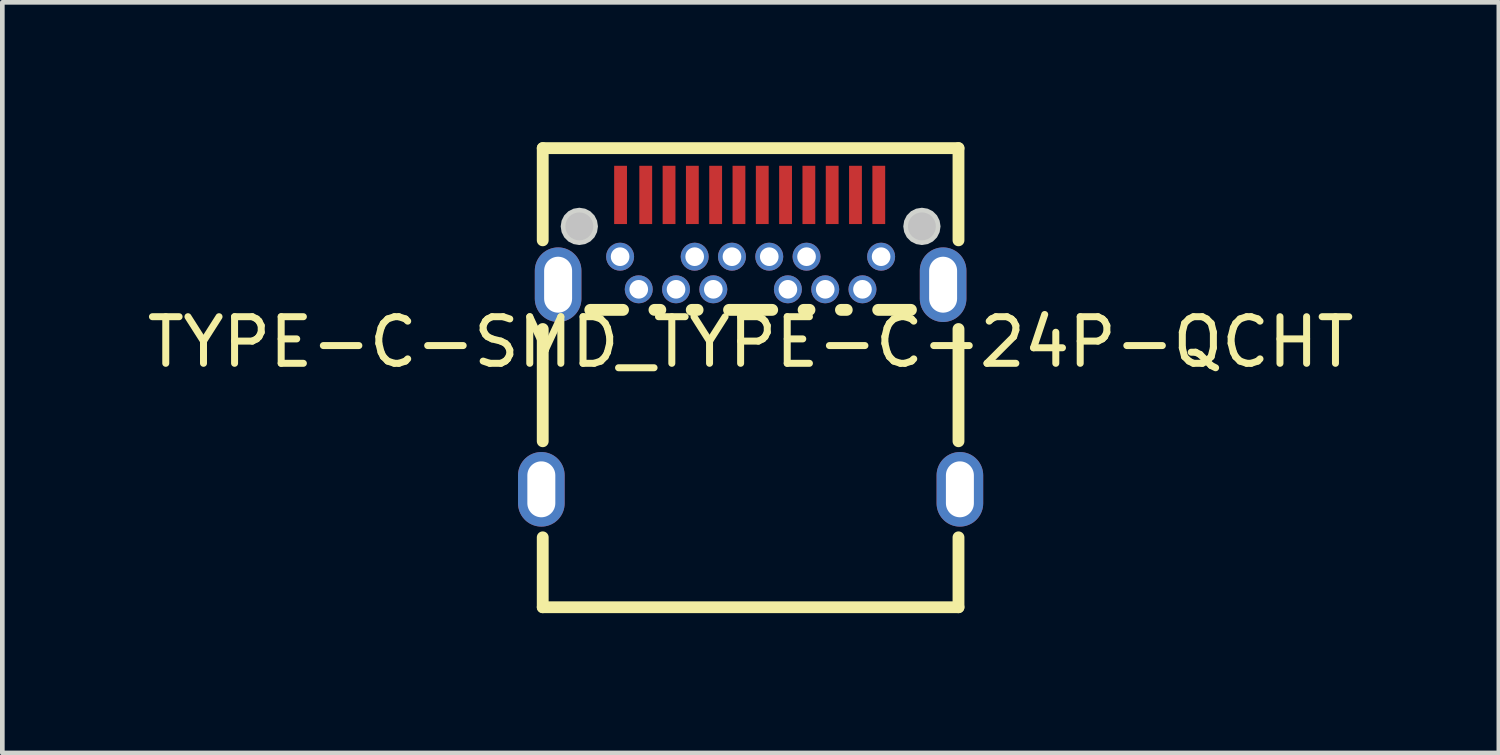
<source format=kicad_pcb>
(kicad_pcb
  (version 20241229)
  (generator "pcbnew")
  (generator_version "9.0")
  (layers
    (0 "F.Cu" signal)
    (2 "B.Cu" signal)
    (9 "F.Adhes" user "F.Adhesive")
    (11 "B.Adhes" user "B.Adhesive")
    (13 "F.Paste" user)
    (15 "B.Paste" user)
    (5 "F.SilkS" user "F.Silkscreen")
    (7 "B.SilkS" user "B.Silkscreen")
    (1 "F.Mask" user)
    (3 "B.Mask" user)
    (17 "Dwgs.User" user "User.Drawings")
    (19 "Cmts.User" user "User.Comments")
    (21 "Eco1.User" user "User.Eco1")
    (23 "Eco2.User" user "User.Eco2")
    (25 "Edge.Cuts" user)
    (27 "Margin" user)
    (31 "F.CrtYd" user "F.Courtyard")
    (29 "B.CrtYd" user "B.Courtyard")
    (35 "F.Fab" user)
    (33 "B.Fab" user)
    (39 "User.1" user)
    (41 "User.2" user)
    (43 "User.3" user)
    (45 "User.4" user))
  (footprint "TYPE-C-SMD_TYPE-C-24P-QCHT"
    (layer "F.Cu")
    (at 13.054 4.29)
    (property "Reference" "TYPE-C-SMD_TYPE-C-24P-QCHT" (at 0 0 0) (layer "F.SilkS") (effects (font (size 1 1) (thickness 0.15))))
    (fp_line (start -4.46 -4.162) (end -4.46 -2.184) (stroke (width 0.254) (type default)) (layer "F.SilkS"))
    (fp_line (start -4.46 -4.162) (end 4.46 -4.162) (stroke (width 0.254) (type default)) (layer "F.SilkS"))
    (fp_line (start -4.46 -0.281) (end -4.46 2.127) (stroke (width 0.254) (type default)) (layer "F.SilkS"))
    (fp_line (start -4.46 4.188) (end -4.46 5.688) (stroke (width 0.254) (type default)) (layer "F.SilkS"))
    (fp_line (start -4.46 5.688) (end 4.46 5.688) (stroke (width 0.254) (type default)) (layer "F.SilkS"))
    (fp_line (start -3.44 -0.692) (end -2.737 -0.692) (stroke (width 0.254) (type default)) (layer "F.SilkS"))
    (fp_line (start -2.063 -0.692) (end -1.937 -0.692) (stroke (width 0.254) (type default)) (layer "F.SilkS"))
    (fp_line (start -1.263 -0.692) (end -1.137 -0.692) (stroke (width 0.254) (type default)) (layer "F.SilkS"))
    (fp_line (start -0.463 -0.692) (end 0.463 -0.692) (stroke (width 0.254) (type default)) (layer "F.SilkS"))
    (fp_line (start 1.137 -0.692) (end 1.263 -0.692) (stroke (width 0.254) (type default)) (layer "F.SilkS"))
    (fp_line (start 1.938 -0.692) (end 2.063 -0.692) (stroke (width 0.254) (type default)) (layer "F.SilkS"))
    (fp_line (start 2.737 -0.692) (end 3.44 -0.692) (stroke (width 0.254) (type default)) (layer "F.SilkS"))
    (fp_line (start 4.46 -4.162) (end 4.46 -2.184) (stroke (width 0.254) (type default)) (layer "F.SilkS"))
    (fp_line (start 4.46 -0.281) (end 4.46 2.127) (stroke (width 0.254) (type default)) (layer "F.SilkS"))
    (fp_line (start 4.46 4.188) (end 4.46 5.688) (stroke (width 0.254) (type default)) (layer "F.SilkS"))
    (fp_poly (pts (xy -2.927 -3.783) (xy -2.652 -3.783) (xy -2.652 -2.533) (xy -2.927 -2.533)) (stroke (width 0) (type default)) (fill yes) (layer "F.Paste"))
    (fp_poly (pts (xy -2.387 -3.783) (xy -2.112 -3.783) (xy -2.112 -2.533) (xy -2.387 -2.533)) (stroke (width 0) (type default)) (fill yes) (layer "F.Paste"))
    (fp_poly (pts (xy -1.887 -3.783) (xy -1.612 -3.783) (xy -1.612 -2.533) (xy -1.887 -2.533)) (stroke (width 0) (type default)) (fill yes) (layer "F.Paste"))
    (fp_poly (pts (xy -1.387 -3.783) (xy -1.112 -3.783) (xy -1.112 -2.533) (xy -1.387 -2.533)) (stroke (width 0) (type default)) (fill yes) (layer "F.Paste"))
    (fp_poly (pts (xy -0.887 -3.783) (xy -0.612 -3.783) (xy -0.612 -2.533) (xy -0.887 -2.533)) (stroke (width 0) (type default)) (fill yes) (layer "F.Paste"))
    (fp_poly (pts (xy -0.387 -3.783) (xy -0.112 -3.783) (xy -0.112 -2.533) (xy -0.387 -2.533)) (stroke (width 0) (type default)) (fill yes) (layer "F.Paste"))
    (fp_poly (pts (xy 0.113 -3.783) (xy 0.388 -3.783) (xy 0.388 -2.533) (xy 0.113 -2.533)) (stroke (width 0) (type default)) (fill yes) (layer "F.Paste"))
    (fp_poly (pts (xy 0.613 -3.783) (xy 0.888 -3.783) (xy 0.888 -2.533) (xy 0.613 -2.533)) (stroke (width 0) (type default)) (fill yes) (layer "F.Paste"))
    (fp_poly (pts (xy 1.113 -3.783) (xy 1.388 -3.783) (xy 1.388 -2.533) (xy 1.113 -2.533)) (stroke (width 0) (type default)) (fill yes) (layer "F.Paste"))
    (fp_poly (pts (xy 1.613 -3.783) (xy 1.888 -3.783) (xy 1.888 -2.533) (xy 1.613 -2.533)) (stroke (width 0) (type default)) (fill yes) (layer "F.Paste"))
    (fp_poly (pts (xy 2.113 -3.783) (xy 2.388 -3.783) (xy 2.388 -2.533) (xy 2.113 -2.533)) (stroke (width 0) (type default)) (fill yes) (layer "F.Paste"))
    (fp_poly (pts (xy 2.613 -3.783) (xy 2.888 -3.783) (xy 2.888 -2.533) (xy 2.613 -2.533)) (stroke (width 0) (type default)) (fill yes) (layer "F.Paste"))
    (fp_poly (pts (xy -2.57 -2.026) (xy -2.748 -2.128) (xy -2.95 -2.092) (xy -3.082 -1.935) (xy -3.082 -1.73) (xy -2.95 -1.573) (xy -2.748 -1.537) (xy -2.57 -1.639) (xy -2.5 -1.833)) (stroke (width 0) (type default)) (fill yes) (layer "F.Paste"))
    (fp_poly (pts (xy -2.17 -1.325) (xy -2.348 -1.428) (xy -2.55 -1.393) (xy -2.682 -1.235) (xy -2.682 -1.03) (xy -2.55 -0.873) (xy -2.348 -0.837) (xy -2.17 -0.94) (xy -2.1 -1.133)) (stroke (width 0) (type default)) (fill yes) (layer "F.Paste"))
    (fp_poly (pts (xy -1.548 -1.428) (xy -1.75 -1.393) (xy -1.881 -1.235) (xy -1.881 -1.03) (xy -1.75 -0.873) (xy -1.548 -0.837) (xy -1.37 -0.94) (xy -1.3 -1.133) (xy -1.37 -1.325)) (stroke (width 0) (type default)) (fill yes) (layer "F.Paste"))
    (fp_poly (pts (xy -0.97 -2.026) (xy -1.147 -2.128) (xy -1.35 -2.092) (xy -1.482 -1.935) (xy -1.482 -1.73) (xy -1.35 -1.573) (xy -1.147 -1.537) (xy -0.97 -1.639) (xy -0.9 -1.833)) (stroke (width 0) (type default)) (fill yes) (layer "F.Paste"))
    (fp_poly (pts (xy -0.57 -1.325) (xy -0.748 -1.428) (xy -0.95 -1.393) (xy -1.082 -1.235) (xy -1.082 -1.03) (xy -0.95 -0.873) (xy -0.748 -0.837) (xy -0.57 -0.94) (xy -0.5 -1.133)) (stroke (width 0) (type default)) (fill yes) (layer "F.Paste"))
    (fp_poly (pts (xy -0.17 -2.026) (xy -0.348 -2.128) (xy -0.55 -2.092) (xy -0.682 -1.935) (xy -0.682 -1.73) (xy -0.55 -1.573) (xy -0.348 -1.537) (xy -0.17 -1.639) (xy -0.1 -1.833)) (stroke (width 0) (type default)) (fill yes) (layer "F.Paste"))
    (fp_poly (pts (xy 0.453 -2.128) (xy 0.25 -2.092) (xy 0.118 -1.935) (xy 0.118 -1.73) (xy 0.25 -1.573) (xy 0.453 -1.537) (xy 0.63 -1.639) (xy 0.7 -1.833) (xy 0.63 -2.026)) (stroke (width 0) (type default)) (fill yes) (layer "F.Paste"))
    (fp_poly (pts (xy 1.03 -1.325) (xy 0.853 -1.428) (xy 0.65 -1.393) (xy 0.518 -1.235) (xy 0.518 -1.03) (xy 0.65 -0.873) (xy 0.853 -0.837) (xy 1.03 -0.94) (xy 1.1 -1.133)) (stroke (width 0) (type default)) (fill yes) (layer "F.Paste"))
    (fp_poly (pts (xy 1.43 -2.026) (xy 1.252 -2.128) (xy 1.05 -2.092) (xy 0.918 -1.935) (xy 0.918 -1.73) (xy 1.05 -1.573) (xy 1.252 -1.537) (xy 1.43 -1.639) (xy 1.5 -1.833)) (stroke (width 0) (type default)) (fill yes) (layer "F.Paste"))
    (fp_poly (pts (xy 1.83 -1.325) (xy 1.653 -1.428) (xy 1.45 -1.393) (xy 1.319 -1.235) (xy 1.319 -1.03) (xy 1.45 -0.873) (xy 1.653 -0.837) (xy 1.83 -0.94) (xy 1.901 -1.133)) (stroke (width 0) (type default)) (fill yes) (layer "F.Paste"))
    (fp_poly (pts (xy 2.453 -1.428) (xy 2.25 -1.393) (xy 2.119 -1.235) (xy 2.119 -1.03) (xy 2.25 -0.873) (xy 2.453 -0.837) (xy 2.63 -0.94) (xy 2.7 -1.133) (xy 2.63 -1.325)) (stroke (width 0) (type default)) (fill yes) (layer "F.Paste"))
    (fp_poly (pts (xy 3.03 -2.026) (xy 2.852 -2.128) (xy 2.65 -2.092) (xy 2.518 -1.935) (xy 2.518 -1.73) (xy 2.65 -1.573) (xy 2.852 -1.537) (xy 3.03 -1.639) (xy 3.1 -1.833)) (stroke (width 0) (type default)) (fill yes) (layer "F.Paste"))
    (fp_poly (pts (xy -4.503 2.358) (xy -4.527 2.359) (xy -4.553 2.361) (xy -4.577 2.365) (xy -4.601 2.37) (xy -4.625 2.377) (xy -4.649 2.384) (xy -4.673 2.392) (xy -4.696 2.402) (xy -4.718 2.413) (xy -4.74 2.425) (xy -4.761 2.438) (xy -4.782 2.451) (xy -4.802 2.466) (xy -4.821 2.482) (xy -4.839 2.499) (xy -4.856 2.518) (xy -4.873 2.536) (xy -4.888 2.555) (xy -4.903 2.576) (xy -4.917 2.597) (xy -4.929 2.619) (xy -4.941 2.64) (xy -4.951 2.663) (xy -4.96 2.687) (xy -4.968 2.71) (xy -4.974 2.734) (xy -4.98 2.759) (xy -4.984 2.783) (xy -4.987 2.808) (xy -4.989 2.833) (xy -4.99 2.857) (xy -4.99 3.458) (xy -4.989 3.482) (xy -4.987 3.507) (xy -4.984 3.532) (xy -4.98 3.557) (xy -4.974 3.581) (xy -4.968 3.605) (xy -4.96 3.628) (xy -4.951 3.652) (xy -4.941 3.675) (xy -4.929 3.696) (xy -4.917 3.719) (xy -4.903 3.74) (xy -4.888 3.76) (xy -4.873 3.779) (xy -4.856 3.797) (xy -4.839 3.816) (xy -4.821 3.833) (xy -4.802 3.849) (xy -4.782 3.864) (xy -4.761 3.877) (xy -4.74 3.89) (xy -4.718 3.902) (xy -4.696 3.913) (xy -4.673 3.923) (xy -4.649 3.932) (xy -4.625 3.939) (xy -4.601 3.945) (xy -4.577 3.95) (xy -4.553 3.954) (xy -4.527 3.956) (xy -4.503 3.958) (xy -4.478 3.958) (xy -4.452 3.956) (xy -4.428 3.954) (xy -4.404 3.95) (xy -4.379 3.945) (xy -4.354 3.939) (xy -4.331 3.932) (xy -4.308 3.923) (xy -4.285 3.913) (xy -4.262 3.902) (xy -4.24 3.89) (xy -4.219 3.877) (xy -4.198 3.864) (xy -4.178 3.849) (xy -4.16 3.833) (xy -4.141 3.816) (xy -4.123 3.797) (xy -4.107 3.779) (xy -4.091 3.76) (xy -4.077 3.74) (xy -4.064 3.719) (xy -4.051 3.696) (xy -4.04 3.675) (xy -4.029 3.652) (xy -4.02 3.628) (xy -4.013 3.605) (xy -4.005 3.581) (xy -4 3.557) (xy -3.995 3.532) (xy -3.993 3.507) (xy -3.99 3.482) (xy -3.99 3.458) (xy -3.99 2.857) (xy -3.99 2.833) (xy -3.993 2.808) (xy -3.995 2.783) (xy -4 2.759) (xy -4.005 2.734) (xy -4.013 2.71) (xy -4.02 2.687) (xy -4.029 2.663) (xy -4.04 2.64) (xy -4.051 2.619) (xy -4.064 2.597) (xy -4.077 2.576) (xy -4.091 2.555) (xy -4.107 2.536) (xy -4.123 2.518) (xy -4.141 2.499) (xy -4.16 2.482) (xy -4.178 2.466) (xy -4.198 2.451) (xy -4.219 2.438) (xy -4.24 2.425) (xy -4.262 2.413) (xy -4.285 2.402) (xy -4.308 2.392) (xy -4.331 2.384) (xy -4.354 2.377) (xy -4.379 2.37) (xy -4.404 2.365) (xy -4.428 2.361) (xy -4.452 2.359) (xy -4.478 2.358)) (stroke (width 0) (type default)) (fill yes) (layer "F.Paste"))
    (fp_poly (pts (xy -4.143 -2.033) (xy -4.168 -2.031) (xy -4.192 -2.029) (xy -4.216 -2.025) (xy -4.241 -2.02) (xy -4.266 -2.014) (xy -4.289 -2.006) (xy -4.312 -1.998) (xy -4.335 -1.988) (xy -4.358 -1.978) (xy -4.38 -1.966) (xy -4.401 -1.952) (xy -4.422 -1.938) (xy -4.441 -1.923) (xy -4.46 -1.907) (xy -4.479 -1.891) (xy -4.497 -1.873) (xy -4.513 -1.854) (xy -4.529 -1.835) (xy -4.543 -1.814) (xy -4.556 -1.793) (xy -4.569 -1.772) (xy -4.58 -1.75) (xy -4.59 -1.726) (xy -4.6 -1.704) (xy -4.607 -1.68) (xy -4.614 -1.656) (xy -4.62 -1.631) (xy -4.625 -1.607) (xy -4.628 -1.583) (xy -4.63 -1.558) (xy -4.63 -1.532) (xy -4.63 -0.932) (xy -4.63 -0.907) (xy -4.628 -0.883) (xy -4.625 -0.858) (xy -4.62 -0.834) (xy -4.614 -0.809) (xy -4.607 -0.785) (xy -4.6 -0.761) (xy -4.59 -0.739) (xy -4.58 -0.716) (xy -4.569 -0.694) (xy -4.556 -0.672) (xy -4.543 -0.651) (xy -4.529 -0.63) (xy -4.513 -0.611) (xy -4.497 -0.593) (xy -4.479 -0.575) (xy -4.46 -0.557) (xy -4.441 -0.541) (xy -4.422 -0.526) (xy -4.401 -0.512) (xy -4.38 -0.499) (xy -4.358 -0.487) (xy -4.335 -0.477) (xy -4.312 -0.467) (xy -4.289 -0.459) (xy -4.266 -0.451) (xy -4.241 -0.445) (xy -4.216 -0.44) (xy -4.192 -0.436) (xy -4.168 -0.434) (xy -4.143 -0.432) (xy -4.117 -0.432) (xy -4.093 -0.434) (xy -4.067 -0.436) (xy -4.043 -0.44) (xy -4.019 -0.445) (xy -3.994 -0.451) (xy -3.97 -0.459) (xy -3.947 -0.467) (xy -3.925 -0.477) (xy -3.902 -0.487) (xy -3.88 -0.499) (xy -3.858 -0.512) (xy -3.838 -0.526) (xy -3.818 -0.541) (xy -3.799 -0.557) (xy -3.781 -0.575) (xy -3.764 -0.593) (xy -3.747 -0.611) (xy -3.732 -0.63) (xy -3.717 -0.651) (xy -3.704 -0.672) (xy -3.691 -0.694) (xy -3.679 -0.716) (xy -3.669 -0.739) (xy -3.66 -0.761) (xy -3.652 -0.785) (xy -3.646 -0.809) (xy -3.64 -0.834) (xy -3.635 -0.858) (xy -3.632 -0.883) (xy -3.631 -0.907) (xy -3.63 -0.932) (xy -3.63 -1.532) (xy -3.631 -1.558) (xy -3.632 -1.583) (xy -3.635 -1.607) (xy -3.64 -1.631) (xy -3.646 -1.656) (xy -3.652 -1.68) (xy -3.66 -1.704) (xy -3.669 -1.726) (xy -3.679 -1.75) (xy -3.691 -1.772) (xy -3.704 -1.793) (xy -3.717 -1.814) (xy -3.732 -1.835) (xy -3.747 -1.854) (xy -3.764 -1.873) (xy -3.781 -1.891) (xy -3.799 -1.907) (xy -3.818 -1.923) (xy -3.838 -1.938) (xy -3.858 -1.952) (xy -3.88 -1.966) (xy -3.902 -1.978) (xy -3.925 -1.988) (xy -3.947 -1.998) (xy -3.97 -2.006) (xy -3.994 -2.014) (xy -4.019 -2.02) (xy -4.043 -2.025) (xy -4.067 -2.029) (xy -4.093 -2.031) (xy -4.117 -2.033)) (stroke (width 0) (type default)) (fill yes) (layer "F.Paste"))
    (fp_poly (pts (xy 4.117 -2.033) (xy 4.093 -2.031) (xy 4.067 -2.029) (xy 4.043 -2.025) (xy 4.019 -2.02) (xy 3.994 -2.014) (xy 3.97 -2.006) (xy 3.947 -1.998) (xy 3.925 -1.988) (xy 3.902 -1.978) (xy 3.88 -1.966) (xy 3.858 -1.952) (xy 3.838 -1.938) (xy 3.818 -1.923) (xy 3.799 -1.907) (xy 3.781 -1.891) (xy 3.764 -1.873) (xy 3.747 -1.854) (xy 3.732 -1.835) (xy 3.717 -1.814) (xy 3.704 -1.793) (xy 3.691 -1.772) (xy 3.679 -1.75) (xy 3.669 -1.726) (xy 3.66 -1.704) (xy 3.652 -1.68) (xy 3.646 -1.656) (xy 3.64 -1.631) (xy 3.635 -1.607) (xy 3.632 -1.583) (xy 3.631 -1.558) (xy 3.63 -1.532) (xy 3.63 -0.932) (xy 3.631 -0.907) (xy 3.632 -0.883) (xy 3.635 -0.858) (xy 3.64 -0.834) (xy 3.646 -0.809) (xy 3.652 -0.785) (xy 3.66 -0.761) (xy 3.669 -0.739) (xy 3.679 -0.716) (xy 3.691 -0.694) (xy 3.704 -0.672) (xy 3.717 -0.651) (xy 3.732 -0.63) (xy 3.747 -0.611) (xy 3.764 -0.593) (xy 3.781 -0.575) (xy 3.799 -0.557) (xy 3.818 -0.541) (xy 3.838 -0.526) (xy 3.858 -0.512) (xy 3.88 -0.499) (xy 3.902 -0.487) (xy 3.925 -0.477) (xy 3.947 -0.467) (xy 3.97 -0.459) (xy 3.994 -0.451) (xy 4.019 -0.445) (xy 4.043 -0.44) (xy 4.067 -0.436) (xy 4.093 -0.434) (xy 4.117 -0.432) (xy 4.143 -0.432) (xy 4.168 -0.434) (xy 4.192 -0.436) (xy 4.216 -0.44) (xy 4.241 -0.445) (xy 4.266 -0.451) (xy 4.289 -0.459) (xy 4.312 -0.467) (xy 4.335 -0.477) (xy 4.358 -0.487) (xy 4.38 -0.499) (xy 4.401 -0.512) (xy 4.422 -0.526) (xy 4.441 -0.541) (xy 4.46 -0.557) (xy 4.479 -0.575) (xy 4.497 -0.593) (xy 4.513 -0.611) (xy 4.529 -0.63) (xy 4.543 -0.651) (xy 4.556 -0.672) (xy 4.569 -0.694) (xy 4.58 -0.716) (xy 4.59 -0.739) (xy 4.6 -0.761) (xy 4.607 -0.785) (xy 4.614 -0.809) (xy 4.62 -0.834) (xy 4.625 -0.858) (xy 4.628 -0.883) (xy 4.63 -0.907) (xy 4.63 -0.932) (xy 4.63 -1.532) (xy 4.63 -1.558) (xy 4.628 -1.583) (xy 4.625 -1.607) (xy 4.62 -1.631) (xy 4.614 -1.656) (xy 4.607 -1.68) (xy 4.6 -1.704) (xy 4.59 -1.726) (xy 4.58 -1.75) (xy 4.569 -1.772) (xy 4.556 -1.793) (xy 4.543 -1.814) (xy 4.529 -1.835) (xy 4.513 -1.854) (xy 4.497 -1.873) (xy 4.479 -1.891) (xy 4.46 -1.907) (xy 4.441 -1.923) (xy 4.422 -1.938) (xy 4.401 -1.952) (xy 4.38 -1.966) (xy 4.358 -1.978) (xy 4.335 -1.988) (xy 4.312 -1.998) (xy 4.289 -2.006) (xy 4.266 -2.014) (xy 4.241 -2.02) (xy 4.216 -2.025) (xy 4.192 -2.029) (xy 4.168 -2.031) (xy 4.143 -2.033)) (stroke (width 0) (type default)) (fill yes) (layer "F.Paste"))
    (fp_poly (pts (xy 4.527 2.359) (xy 4.503 2.358) (xy 4.478 2.358) (xy 4.452 2.359) (xy 4.428 2.361) (xy 4.404 2.365) (xy 4.379 2.37) (xy 4.354 2.377) (xy 4.331 2.384) (xy 4.308 2.392) (xy 4.285 2.402) (xy 4.262 2.413) (xy 4.24 2.425) (xy 4.219 2.438) (xy 4.198 2.451) (xy 4.178 2.466) (xy 4.16 2.482) (xy 4.141 2.499) (xy 4.123 2.518) (xy 4.107 2.536) (xy 4.091 2.555) (xy 4.077 2.576) (xy 4.064 2.597) (xy 4.051 2.619) (xy 4.04 2.64) (xy 4.029 2.663) (xy 4.02 2.687) (xy 4.013 2.71) (xy 4.005 2.734) (xy 4 2.759) (xy 3.995 2.783) (xy 3.993 2.808) (xy 3.99 2.833) (xy 3.99 2.857) (xy 3.99 3.458) (xy 3.99 3.482) (xy 3.993 3.507) (xy 3.995 3.532) (xy 4 3.557) (xy 4.005 3.581) (xy 4.013 3.605) (xy 4.02 3.628) (xy 4.029 3.652) (xy 4.04 3.675) (xy 4.051 3.696) (xy 4.064 3.719) (xy 4.077 3.74) (xy 4.091 3.76) (xy 4.107 3.779) (xy 4.123 3.797) (xy 4.141 3.816) (xy 4.16 3.833) (xy 4.178 3.849) (xy 4.198 3.864) (xy 4.219 3.877) (xy 4.24 3.89) (xy 4.262 3.902) (xy 4.285 3.913) (xy 4.308 3.923) (xy 4.331 3.932) (xy 4.354 3.939) (xy 4.379 3.945) (xy 4.404 3.95) (xy 4.428 3.954) (xy 4.452 3.956) (xy 4.478 3.958) (xy 4.503 3.958) (xy 4.527 3.956) (xy 4.553 3.954) (xy 4.577 3.95) (xy 4.601 3.945) (xy 4.625 3.939) (xy 4.649 3.932) (xy 4.673 3.923) (xy 4.696 3.913) (xy 4.718 3.902) (xy 4.74 3.89) (xy 4.761 3.877) (xy 4.782 3.864) (xy 4.802 3.849) (xy 4.821 3.833) (xy 4.839 3.816) (xy 4.856 3.797) (xy 4.873 3.779) (xy 4.888 3.76) (xy 4.903 3.74) (xy 4.917 3.719) (xy 4.929 3.696) (xy 4.941 3.675) (xy 4.951 3.652) (xy 4.96 3.628) (xy 4.968 3.605) (xy 4.974 3.581) (xy 4.98 3.557) (xy 4.984 3.532) (xy 4.987 3.507) (xy 4.989 3.482) (xy 4.99 3.458) (xy 4.99 2.857) (xy 4.989 2.833) (xy 4.987 2.808) (xy 4.984 2.783) (xy 4.98 2.759) (xy 4.974 2.734) (xy 4.968 2.71) (xy 4.96 2.687) (xy 4.951 2.663) (xy 4.941 2.64) (xy 4.929 2.619) (xy 4.917 2.597) (xy 4.903 2.576) (xy 4.888 2.555) (xy 4.873 2.536) (xy 4.856 2.518) (xy 4.839 2.499) (xy 4.821 2.482) (xy 4.802 2.466) (xy 4.782 2.451) (xy 4.761 2.438) (xy 4.74 2.425) (xy 4.718 2.413) (xy 4.696 2.402) (xy 4.673 2.392) (xy 4.649 2.384) (xy 4.625 2.377) (xy 4.601 2.37) (xy 4.577 2.365) (xy 4.553 2.361)) (stroke (width 0) (type default)) (fill yes) (layer "F.Paste"))
    (fp_circle (center -3.675 -2.483) (end -3.525 -2.483) (stroke (width 0.3) (type default)) (fill no) (layer "Dwgs.User"))
    (fp_circle (center 3.675 -2.483) (end 3.825 -2.483) (stroke (width 0.3) (type default)) (fill no) (layer "Dwgs.User"))
    (fp_poly (pts (xy -3.275 -2.483) (xy -3.295 -2.607) (xy -3.351 -2.718) (xy -3.44 -2.807) (xy -3.551 -2.863) (xy -3.675 -2.883) (xy -3.799 -2.863) (xy -3.91 -2.807) (xy -3.999 -2.718) (xy -4.055 -2.607) (xy -4.075 -2.483) (xy -4.055 -2.359) (xy -3.999 -2.248) (xy -3.91 -2.159) (xy -3.799 -2.103) (xy -3.675 -2.083) (xy -3.551 -2.103) (xy -3.44 -2.159) (xy -3.351 -2.248) (xy -3.295 -2.359)) (stroke (width 0) (type default)) (fill yes) (layer "Edge.Cuts"))
    (fp_poly (pts (xy 4.075 -2.483) (xy 4.055 -2.607) (xy 3.999 -2.718) (xy 3.91 -2.807) (xy 3.799 -2.863) (xy 3.675 -2.883) (xy 3.551 -2.863) (xy 3.44 -2.807) (xy 3.351 -2.718) (xy 3.295 -2.607) (xy 3.275 -2.483) (xy 3.295 -2.359) (xy 3.351 -2.248) (xy 3.44 -2.159) (xy 3.551 -2.103) (xy 3.675 -2.083) (xy 3.799 -2.103) (xy 3.91 -2.159) (xy 3.999 -2.248) (xy 4.055 -2.359)) (stroke (width 0) (type default)) (fill yes) (layer "Edge.Cuts"))
    (fp_poly (pts (xy -4.64 2.808) (xy -4.34 2.808) (xy -4.34 3.507) (xy -4.64 3.507)) (stroke (width 0.1) (type default)) (fill no) (layer "User.1"))
    (fp_poly (pts (xy -4.28 -1.583) (xy -3.98 -1.583) (xy -3.98 -0.882) (xy -4.28 -0.882)) (stroke (width 0.1) (type default)) (fill no) (layer "User.1"))
    (fp_poly (pts (xy -2.9 -1.758) (xy -2.9 -1.907) (xy -2.7 -1.907) (xy -2.7 -1.758)) (stroke (width 0.1) (type default)) (fill no) (layer "User.1"))
    (fp_poly (pts (xy -2.89 -3.333) (xy -2.69 -3.333) (xy -2.69 -2.683) (xy -2.89 -2.683)) (stroke (width 0.1) (type default)) (fill no) (layer "User.1"))
    (fp_poly (pts (xy -2.5 -1.208) (xy -2.3 -1.208) (xy -2.3 -1.058) (xy -2.5 -1.058)) (stroke (width 0.1) (type default)) (fill no) (layer "User.1"))
    (fp_poly (pts (xy -2.35 -3.333) (xy -2.15 -3.333) (xy -2.15 -2.683) (xy -2.35 -2.683)) (stroke (width 0.1) (type default)) (fill no) (layer "User.1"))
    (fp_poly (pts (xy -1.85 -3.333) (xy -1.65 -3.333) (xy -1.65 -2.683) (xy -1.85 -2.683)) (stroke (width 0.1) (type default)) (fill no) (layer "User.1"))
    (fp_poly (pts (xy -1.7 -1.208) (xy -1.5 -1.208) (xy -1.5 -1.058) (xy -1.7 -1.058)) (stroke (width 0.1) (type default)) (fill no) (layer "User.1"))
    (fp_poly (pts (xy -1.35 -3.333) (xy -1.15 -3.333) (xy -1.15 -2.683) (xy -1.35 -2.683)) (stroke (width 0.1) (type default)) (fill no) (layer "User.1"))
    (fp_poly (pts (xy -1.3 -1.907) (xy -1.1 -1.907) (xy -1.1 -1.758) (xy -1.3 -1.758)) (stroke (width 0.1) (type default)) (fill no) (layer "User.1"))
    (fp_poly (pts (xy -0.9 -1.208) (xy -0.7 -1.208) (xy -0.7 -1.058) (xy -0.9 -1.058)) (stroke (width 0.1) (type default)) (fill no) (layer "User.1"))
    (fp_poly (pts (xy -0.85 -3.333) (xy -0.65 -3.333) (xy -0.65 -2.683) (xy -0.85 -2.683)) (stroke (width 0.1) (type default)) (fill no) (layer "User.1"))
    (fp_poly (pts (xy -0.5 -1.907) (xy -0.3 -1.907) (xy -0.3 -1.758) (xy -0.5 -1.758)) (stroke (width 0.1) (type default)) (fill no) (layer "User.1"))
    (fp_poly (pts (xy -0.35 -3.333) (xy -0.15 -3.333) (xy -0.15 -2.683) (xy -0.35 -2.683)) (stroke (width 0.1) (type default)) (fill no) (layer "User.1"))
    (fp_poly (pts (xy 0.15 -3.333) (xy 0.35 -3.333) (xy 0.35 -2.683) (xy 0.15 -2.683)) (stroke (width 0.1) (type default)) (fill no) (layer "User.1"))
    (fp_poly (pts (xy 0.3 -1.907) (xy 0.5 -1.907) (xy 0.5 -1.758) (xy 0.3 -1.758)) (stroke (width 0.1) (type default)) (fill no) (layer "User.1"))
    (fp_poly (pts (xy 0.65 -3.333) (xy 0.85 -3.333) (xy 0.85 -2.683) (xy 0.65 -2.683)) (stroke (width 0.1) (type default)) (fill no) (layer "User.1"))
    (fp_poly (pts (xy 0.701 -1.208) (xy 0.9 -1.208) (xy 0.9 -1.058) (xy 0.701 -1.058)) (stroke (width 0.1) (type default)) (fill no) (layer "User.1"))
    (fp_poly (pts (xy 1.1 -1.907) (xy 1.3 -1.907) (xy 1.3 -1.758) (xy 1.1 -1.758)) (stroke (width 0.1) (type default)) (fill no) (layer "User.1"))
    (fp_poly (pts (xy 1.15 -3.333) (xy 1.35 -3.333) (xy 1.35 -2.683) (xy 1.15 -2.683)) (stroke (width 0.1) (type default)) (fill no) (layer "User.1"))
    (fp_poly (pts (xy 1.5 -1.208) (xy 1.7 -1.208) (xy 1.7 -1.058) (xy 1.5 -1.058)) (stroke (width 0.1) (type default)) (fill no) (layer "User.1"))
    (fp_poly (pts (xy 1.65 -3.333) (xy 1.85 -3.333) (xy 1.85 -2.683) (xy 1.65 -2.683)) (stroke (width 0.1) (type default)) (fill no) (layer "User.1"))
    (fp_poly (pts (xy 2.15 -3.333) (xy 2.35 -3.333) (xy 2.35 -2.683) (xy 2.15 -2.683)) (stroke (width 0.1) (type default)) (fill no) (layer "User.1"))
    (fp_poly (pts (xy 2.3 -1.208) (xy 2.5 -1.208) (xy 2.5 -1.058) (xy 2.3 -1.058)) (stroke (width 0.1) (type default)) (fill no) (layer "User.1"))
    (fp_poly (pts (xy 2.65 -3.333) (xy 2.85 -3.333) (xy 2.85 -2.683) (xy 2.65 -2.683)) (stroke (width 0.1) (type default)) (fill no) (layer "User.1"))
    (fp_poly (pts (xy 2.7 -1.907) (xy 2.9 -1.907) (xy 2.9 -1.758) (xy 2.7 -1.758)) (stroke (width 0.1) (type default)) (fill no) (layer "User.1"))
    (fp_poly (pts (xy 3.98 -1.583) (xy 4.28 -1.583) (xy 4.28 -0.882) (xy 3.98 -0.882)) (stroke (width 0.1) (type default)) (fill no) (layer "User.1"))
    (fp_poly (pts (xy 4.34 2.808) (xy 4.64 2.808) (xy 4.64 3.507) (xy 4.34 3.507)) (stroke (width 0.1) (type default)) (fill no) (layer "User.1"))
    (fp_line (start -4.7 -3.75) (end -4.7 -2) (stroke (width 0.051) (type default)) (layer "User.2"))
    (fp_line (start -4.7 -2) (end -4.5 -2) (stroke (width 0.051) (type default)) (layer "User.2"))
    (fp_line (start -4.5 -3) (end -4.4 -3) (stroke (width 0.051) (type default)) (layer "User.2"))
    (fp_line (start -4.5 -2) (end -4.5 -3) (stroke (width 0.051) (type default)) (layer "User.2"))
    (fp_line (start -4.4 -3) (end -4.4 5.7) (stroke (width 0.051) (type default)) (layer "User.2"))
    (fp_line (start -4.4 5.7) (end 4.6 5.7) (stroke (width 0.051) (type default)) (layer "User.2"))
    (fp_line (start -4.3 -4.15) (end -4.7 -3.75) (stroke (width 0.051) (type default)) (layer "User.2"))
    (fp_line (start 4.55 -4.15) (end -4.3 -4.15) (stroke (width 0.051) (type default)) (layer "User.2"))
    (fp_line (start 4.6 -3) (end 4.75 -3) (stroke (width 0.051) (type default)) (layer "User.2"))
    (fp_line (start 4.6 5.7) (end 4.6 -3) (stroke (width 0.051) (type default)) (layer "User.2"))
    (fp_line (start 4.75 -3) (end 4.75 -2) (stroke (width 0.051) (type default)) (layer "User.2"))
    (fp_line (start 4.75 -2) (end 4.95 -2) (stroke (width 0.051) (type default)) (layer "User.2"))
    (fp_line (start 4.95 -3.75) (end 4.55 -4.15) (stroke (width 0.051) (type default)) (layer "User.2"))
    (fp_line (start 4.95 -2) (end 4.95 -3.75) (stroke (width 0.051) (type default)) (layer "User.2"))
    (fp_poly (pts (xy -4.64 -4.15) (xy -4.658 -4.192) (xy -4.7 -4.21) (xy -4.742 -4.192) (xy -4.76 -4.15) (xy -4.742 -4.108) (xy -4.7 -4.09) (xy -4.658 -4.108)) (stroke (width 0.1) (type default)) (fill no) (layer "User.3"))
    (pad "25" thru_hole oval (at -4.49 3.158) (size 1 1.6) (drill oval 0.6 1.2) (layers "*.Cu" "*.Mask"))
    (pad "25" thru_hole oval (at -4.13 -1.232) (size 1 1.6) (drill oval 0.6 1.2) (layers "*.Cu" "*.Mask"))
    (pad "25" thru_hole oval (at 4.13 -1.232) (size 1 1.6) (drill oval 0.6 1.2) (layers "*.Cu" "*.Mask"))
    (pad "25" thru_hole oval (at 4.49 3.158) (size 1 1.6) (drill oval 0.6 1.2) (layers "*.Cu" "*.Mask"))
    (pad "A1" smd rect (at -2.79 -3.158) (size 0.275 1.25) (layers "F.Cu" "F.Mask" "F.Paste"))
    (pad "A2" smd rect (at -2.25 -3.158) (size 0.275 1.25) (layers "F.Cu" "F.Mask" "F.Paste"))
    (pad "A3" smd rect (at -1.75 -3.158) (size 0.275 1.25) (layers "F.Cu" "F.Mask" "F.Paste"))
    (pad "A4" smd rect (at -1.25 -3.158) (size 0.275 1.25) (layers "F.Cu" "F.Mask" "F.Paste"))
    (pad "A5" smd rect (at -0.75 -3.158) (size 0.275 1.25) (layers "F.Cu" "F.Mask" "F.Paste"))
    (pad "A6" smd rect (at -0.25 -3.158) (size 0.275 1.25) (layers "F.Cu" "F.Mask" "F.Paste"))
    (pad "A7" smd rect (at 0.25 -3.158) (size 0.275 1.25) (layers "F.Cu" "F.Mask" "F.Paste"))
    (pad "A8" smd rect (at 0.75 -3.158) (size 0.275 1.25) (layers "F.Cu" "F.Mask" "F.Paste"))
    (pad "A9" smd rect (at 1.25 -3.158) (size 0.275 1.25) (layers "F.Cu" "F.Mask" "F.Paste"))
    (pad "A10" smd rect (at 1.75 -3.158) (size 0.275 1.25) (layers "F.Cu" "F.Mask" "F.Paste"))
    (pad "A11" smd rect (at 2.25 -3.158) (size 0.275 1.25) (layers "F.Cu" "F.Mask" "F.Paste"))
    (pad "A12" smd rect (at 2.75 -3.158) (size 0.275 1.25) (layers "F.Cu" "F.Mask" "F.Paste"))
    (pad "B1" thru_hole circle (at 2.8 -1.833) (size 0.6 0.6) (drill 0.4) (layers "*.Cu" "*.Mask"))
    (pad "B2" thru_hole circle (at 2.4 -1.133) (size 0.6 0.6) (drill 0.4) (layers "*.Cu" "*.Mask"))
    (pad "B3" thru_hole circle (at 1.601 -1.133) (size 0.6 0.6) (drill 0.4) (layers "*.Cu" "*.Mask"))
    (pad "B4" thru_hole circle (at 1.2 -1.833) (size 0.6 0.6) (drill 0.4) (layers "*.Cu" "*.Mask"))
    (pad "B5" thru_hole circle (at 0.8 -1.133) (size 0.6 0.6) (drill 0.4) (layers "*.Cu" "*.Mask"))
    (pad "B6" thru_hole circle (at 0.4 -1.833) (size 0.6 0.6) (drill 0.4) (layers "*.Cu" "*.Mask"))
    (pad "B7" thru_hole circle (at -0.4 -1.833) (size 0.6 0.6) (drill 0.4) (layers "*.Cu" "*.Mask"))
    (pad "B8" thru_hole circle (at -0.8 -1.133) (size 0.6 0.6) (drill 0.4) (layers "*.Cu" "*.Mask"))
    (pad "B9" thru_hole circle (at -1.2 -1.833) (size 0.6 0.6) (drill 0.4) (layers "*.Cu" "*.Mask"))
    (pad "B10" thru_hole circle (at -1.6 -1.133) (size 0.6 0.6) (drill 0.4) (layers "*.Cu" "*.Mask"))
    (pad "B11" thru_hole circle (at -2.4 -1.133) (size 0.6 0.6) (drill 0.4) (layers "*.Cu" "*.Mask"))
    (pad "B12" thru_hole circle (at -2.8 -1.833) (size 0.6 0.6) (drill 0.4) (layers "*.Cu" "*.Mask")))
  (gr_rect
    (start -3 -3)
    (end 29.107 13.104)
    (stroke (width 0.1) (type default))
    (fill no)
    (layer "Edge.Cuts")))
</source>
